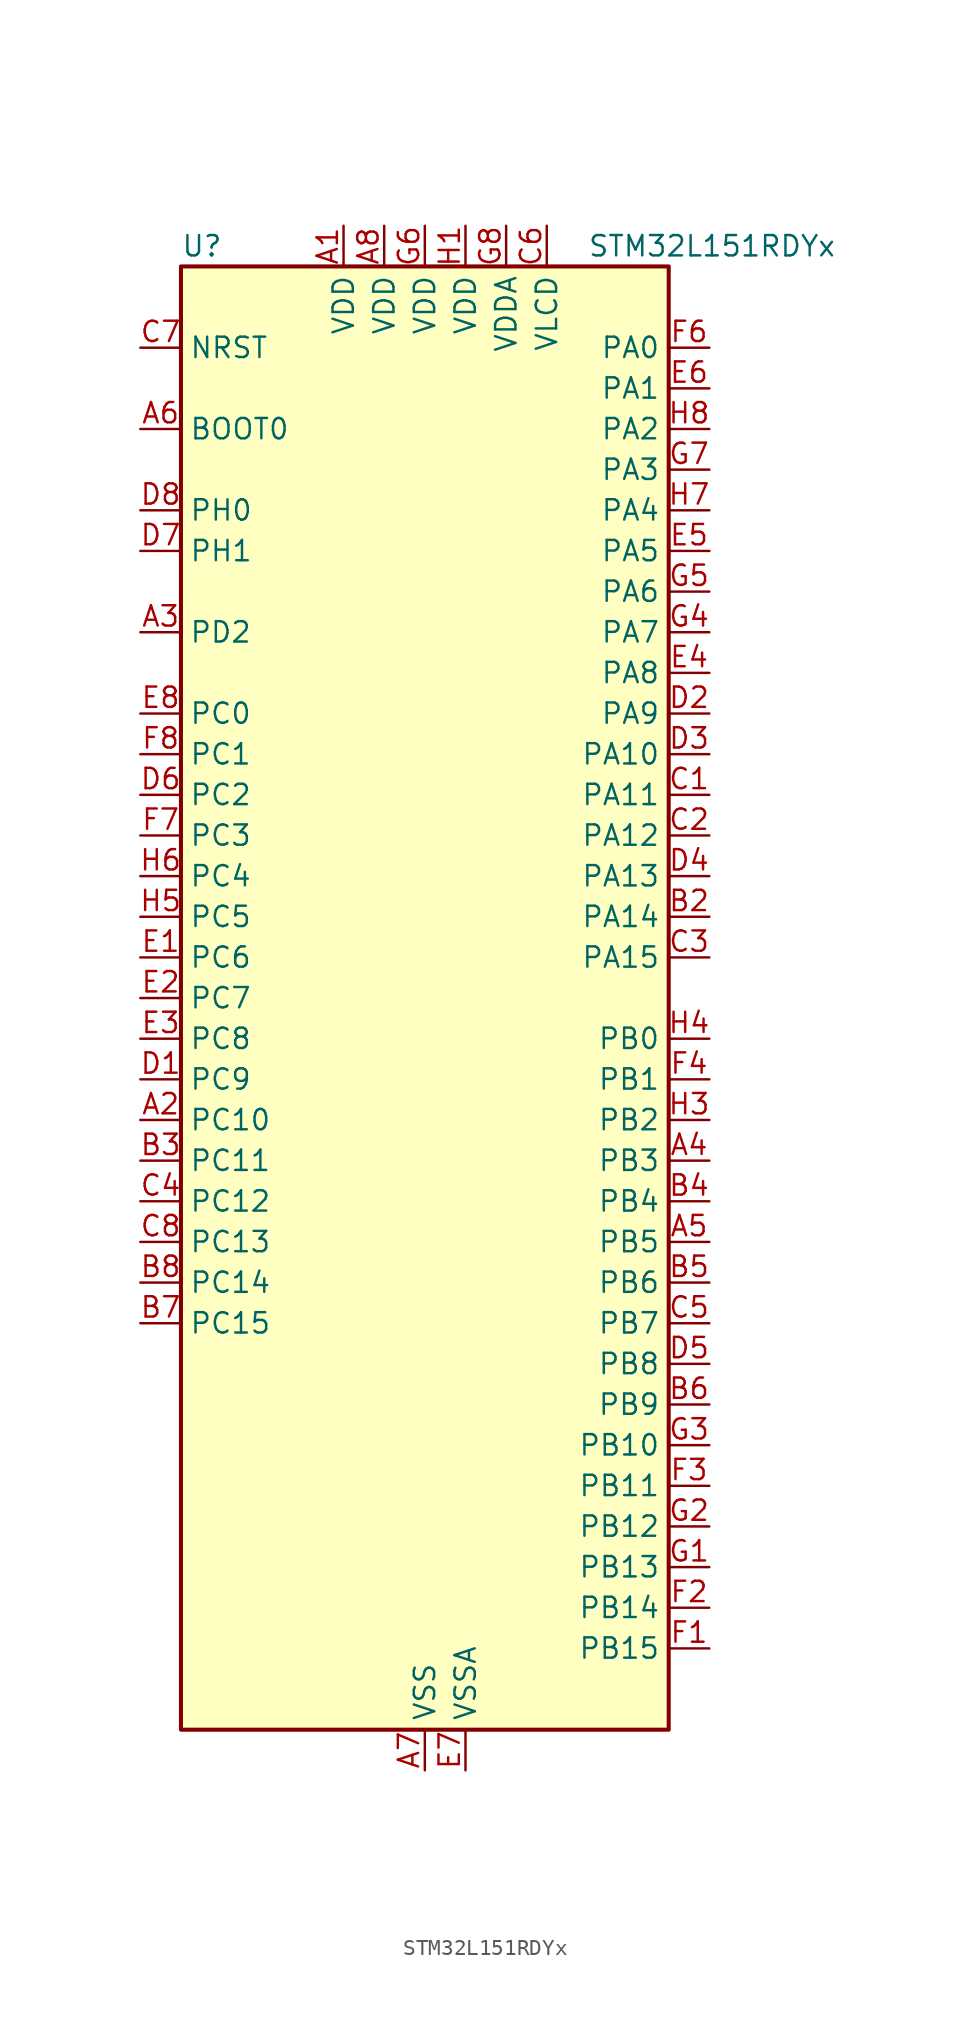
<source format=kicad_sym>
(kicad_symbol_lib
  (version 20241209)
  (generator "kicad_symbol_editor")
  (generator_version "9.0")
  (symbol "STM32L151RDYx"
    (property "Reference" "U"
      (at -15.24 46.99 0)
      (effects (font (size 1.27 1.27)) (justify left)))
    (property "Value" "STM32L151RDYx"
      (at 10.16 46.99 0)
      (effects (font (size 1.27 1.27)) (justify left)))
    (symbol "STM32L151RDYx_0_1"
      (rectangle (start -15.24 -45.72) (end 15.24 45.72) (stroke (width 0.254) (type default)) (fill (type background))))
    (symbol "STM32L151RDYx_1_1"
      (pin input line (at -17.78 40.64 0) (length 2.54) (name "NRST" (effects (font (size 1.27 1.27)))) (number "C7" (effects (font (size 1.27 1.27)))))
      (pin input line (at -17.78 35.56 0) (length 2.54) (name "BOOT0" (effects (font (size 1.27 1.27)))) (number "A6" (effects (font (size 1.27 1.27)))))
      (pin bidirectional line (at -17.78 30.48 0) (length 2.54) (name "PH0" (effects (font (size 1.27 1.27)))) (number "D8" (effects (font (size 1.27 1.27)))) (alternate "RCC_OSC_IN" bidirectional line))
      (pin bidirectional line (at -17.78 27.94 0) (length 2.54) (name "PH1" (effects (font (size 1.27 1.27)))) (number "D7" (effects (font (size 1.27 1.27)))) (alternate "RCC_OSC_OUT" bidirectional line))
      (pin bidirectional line (at -17.78 22.86 0) (length 2.54) (name "PD2" (effects (font (size 1.27 1.27)))) (number "A3" (effects (font (size 1.27 1.27)))) (alternate "SDIO_CMD" bidirectional line) (alternate "TIM3_ETR" bidirectional line) (alternate "TIMX_IC3" bidirectional line) (alternate "UART5_RX" bidirectional line))
      (pin bidirectional line (at -17.78 17.78 0) (length 2.54) (name "PC0" (effects (font (size 1.27 1.27)))) (number "E8" (effects (font (size 1.27 1.27)))) (alternate "ADC_IN10" bidirectional line) (alternate "COMP1_INP" bidirectional line) (alternate "TIMX_IC1" bidirectional line) (alternate "TS_G8_IO1" bidirectional line))
      (pin bidirectional line (at -17.78 15.24 0) (length 2.54) (name "PC1" (effects (font (size 1.27 1.27)))) (number "F8" (effects (font (size 1.27 1.27)))) (alternate "ADC_IN11" bidirectional line) (alternate "COMP1_INP" bidirectional line) (alternate "OPAMP3_VINP" bidirectional line) (alternate "TIMX_IC2" bidirectional line) (alternate "TS_G8_IO2" bidirectional line))
      (pin bidirectional line (at -17.78 12.7 0) (length 2.54) (name "PC2" (effects (font (size 1.27 1.27)))) (number "D6" (effects (font (size 1.27 1.27)))) (alternate "ADC_IN12" bidirectional line) (alternate "COMP1_INP" bidirectional line) (alternate "OPAMP3_VINM" bidirectional line) (alternate "TIMX_IC3" bidirectional line) (alternate "TS_G8_IO3" bidirectional line))
      (pin bidirectional line (at -17.78 10.16 0) (length 2.54) (name "PC3" (effects (font (size 1.27 1.27)))) (number "F7" (effects (font (size 1.27 1.27)))) (alternate "ADC_IN13" bidirectional line) (alternate "COMP1_INP" bidirectional line) (alternate "OPAMP3_VOUT" bidirectional line) (alternate "TIMX_IC4" bidirectional line) (alternate "TS_G8_IO4" bidirectional line))
      (pin bidirectional line (at -17.78 7.62 0) (length 2.54) (name "PC4" (effects (font (size 1.27 1.27)))) (number "H6" (effects (font (size 1.27 1.27)))) (alternate "ADC_IN14" bidirectional line) (alternate "COMP1_INP" bidirectional line) (alternate "TIMX_IC1" bidirectional line) (alternate "TS_G9_IO1" bidirectional line))
      (pin bidirectional line (at -17.78 5.08 0) (length 2.54) (name "PC5" (effects (font (size 1.27 1.27)))) (number "H5" (effects (font (size 1.27 1.27)))) (alternate "ADC_IN15" bidirectional line) (alternate "COMP1_INP" bidirectional line) (alternate "TIMX_IC2" bidirectional line) (alternate "TS_G9_IO2" bidirectional line))
      (pin bidirectional line (at -17.78 2.54 0) (length 2.54) (name "PC6" (effects (font (size 1.27 1.27)))) (number "E1" (effects (font (size 1.27 1.27)))) (alternate "I2S2_MCK" bidirectional line) (alternate "SDIO_D6" bidirectional line) (alternate "TIM3_CH1" bidirectional line) (alternate "TIMX_IC3" bidirectional line) (alternate "TS_G10_IO1" bidirectional line))
      (pin bidirectional line (at -17.78 0 0) (length 2.54) (name "PC7" (effects (font (size 1.27 1.27)))) (number "E2" (effects (font (size 1.27 1.27)))) (alternate "I2S3_MCK" bidirectional line) (alternate "SDIO_D7" bidirectional line) (alternate "TIM3_CH2" bidirectional line) (alternate "TIMX_IC4" bidirectional line) (alternate "TS_G10_IO2" bidirectional line))
      (pin bidirectional line (at -17.78 -2.54 0) (length 2.54) (name "PC8" (effects (font (size 1.27 1.27)))) (number "E3" (effects (font (size 1.27 1.27)))) (alternate "SDIO_D0" bidirectional line) (alternate "TIM3_CH3" bidirectional line) (alternate "TIMX_IC1" bidirectional line) (alternate "TS_G10_IO3" bidirectional line))
      (pin bidirectional line (at -17.78 -5.08 0) (length 2.54) (name "PC9" (effects (font (size 1.27 1.27)))) (number "D1" (effects (font (size 1.27 1.27)))) (alternate "DAC_EXTI9" bidirectional line) (alternate "SDIO_D1" bidirectional line) (alternate "TIM3_CH4" bidirectional line) (alternate "TIMX_IC2" bidirectional line) (alternate "TS_G10_IO4" bidirectional line))
      (pin bidirectional line (at -17.78 -7.62 0) (length 2.54) (name "PC10" (effects (font (size 1.27 1.27)))) (number "A2" (effects (font (size 1.27 1.27)))) (alternate "I2S3_CK" bidirectional line) (alternate "SDIO_D2" bidirectional line) (alternate "SPI3_SCK" bidirectional line) (alternate "TIMX_IC3" bidirectional line) (alternate "UART4_TX" bidirectional line) (alternate "USART3_TX" bidirectional line))
      (pin bidirectional line (at -17.78 -10.16 0) (length 2.54) (name "PC11" (effects (font (size 1.27 1.27)))) (number "B3" (effects (font (size 1.27 1.27)))) (alternate "ADC_EXTI11" bidirectional line) (alternate "SDIO_D3" bidirectional line) (alternate "SPI3_MISO" bidirectional line) (alternate "TIMX_IC4" bidirectional line) (alternate "UART4_RX" bidirectional line) (alternate "USART3_RX" bidirectional line))
      (pin bidirectional line (at -17.78 -12.7 0) (length 2.54) (name "PC12" (effects (font (size 1.27 1.27)))) (number "C4" (effects (font (size 1.27 1.27)))) (alternate "I2S3_SD" bidirectional line) (alternate "SDIO_CK" bidirectional line) (alternate "SPI3_MOSI" bidirectional line) (alternate "TIMX_IC1" bidirectional line) (alternate "UART5_TX" bidirectional line) (alternate "USART3_CK" bidirectional line))
      (pin bidirectional line (at -17.78 -15.24 0) (length 2.54) (name "PC13" (effects (font (size 1.27 1.27)))) (number "C8" (effects (font (size 1.27 1.27)))) (alternate "RTC_OUT_ALARM" bidirectional line) (alternate "RTC_OUT_CALIB" bidirectional line) (alternate "RTC_TAMP1" bidirectional line) (alternate "RTC_TS" bidirectional line) (alternate "SYS_WKUP2" bidirectional line) (alternate "TIMX_IC2" bidirectional line))
      (pin bidirectional line (at -17.78 -17.78 0) (length 2.54) (name "PC14" (effects (font (size 1.27 1.27)))) (number "B8" (effects (font (size 1.27 1.27)))) (alternate "RCC_OSC32_IN" bidirectional line) (alternate "TIMX_IC3" bidirectional line))
      (pin bidirectional line (at -17.78 -20.32 0) (length 2.54) (name "PC15" (effects (font (size 1.27 1.27)))) (number "B7" (effects (font (size 1.27 1.27)))) (alternate "ADC_EXTI15" bidirectional line) (alternate "RCC_OSC32_OUT" bidirectional line) (alternate "TIMX_IC4" bidirectional line))
      (pin power_in line (at -5.08 48.26 270) (length 2.54) (name "VDD" (effects (font (size 1.27 1.27)))) (number "A1" (effects (font (size 1.27 1.27)))))
      (pin power_in line (at -2.54 48.26 270) (length 2.54) (name "VDD" (effects (font (size 1.27 1.27)))) (number "A8" (effects (font (size 1.27 1.27)))))
      (pin power_in line (at 0 48.26 270) (length 2.54) (name "VDD" (effects (font (size 1.27 1.27)))) (number "G6" (effects (font (size 1.27 1.27)))))
      (pin power_in line (at 0 -48.26 90) (length 2.54) (name "VSS" (effects (font (size 1.27 1.27)))) (number "A7" (effects (font (size 1.27 1.27)))))
      (pin passive line (at 0 -48.26 90) (length 2.54) (hide yes) (name "VSS" (effects (font (size 1.27 1.27)))) (number "B1" (effects (font (size 1.27 1.27)))))
      (pin passive line (at 0 -48.26 90) (length 2.54) (hide yes) (name "VSS" (effects (font (size 1.27 1.27)))) (number "F5" (effects (font (size 1.27 1.27)))))
      (pin passive line (at 0 -48.26 90) (length 2.54) (hide yes) (name "VSS" (effects (font (size 1.27 1.27)))) (number "H2" (effects (font (size 1.27 1.27)))))
      (pin power_in line (at 2.54 48.26 270) (length 2.54) (name "VDD" (effects (font (size 1.27 1.27)))) (number "H1" (effects (font (size 1.27 1.27)))))
      (pin power_in line (at 2.54 -48.26 90) (length 2.54) (name "VSSA" (effects (font (size 1.27 1.27)))) (number "E7" (effects (font (size 1.27 1.27)))))
      (pin power_in line (at 5.08 48.26 270) (length 2.54) (name "VDDA" (effects (font (size 1.27 1.27)))) (number "G8" (effects (font (size 1.27 1.27)))))
      (pin power_in line (at 7.62 48.26 270) (length 2.54) (name "VLCD" (effects (font (size 1.27 1.27)))) (number "C6" (effects (font (size 1.27 1.27)))))
      (pin bidirectional line (at 17.78 40.64 180) (length 2.54) (name "PA0" (effects (font (size 1.27 1.27)))) (number "F6" (effects (font (size 1.27 1.27)))) (alternate "ADC_IN0" bidirectional line) (alternate "COMP1_INP" bidirectional line) (alternate "RTC_TAMP2" bidirectional line) (alternate "SYS_WKUP1" bidirectional line) (alternate "TIM2_CH1" bidirectional line) (alternate "TIM2_ETR" bidirectional line) (alternate "TIM5_CH1" bidirectional line) (alternate "TIMX_IC1" bidirectional line) (alternate "TS_G1_IO1" bidirectional line) (alternate "USART2_CTS" bidirectional line))
      (pin bidirectional line (at 17.78 38.1 180) (length 2.54) (name "PA1" (effects (font (size 1.27 1.27)))) (number "E6" (effects (font (size 1.27 1.27)))) (alternate "ADC_IN1" bidirectional line) (alternate "COMP1_INP" bidirectional line) (alternate "OPAMP1_VINP" bidirectional line) (alternate "TIM2_CH2" bidirectional line) (alternate "TIM5_CH2" bidirectional line) (alternate "TIMX_IC2" bidirectional line) (alternate "TS_G1_IO2" bidirectional line) (alternate "USART2_RTS" bidirectional line))
      (pin bidirectional line (at 17.78 35.56 180) (length 2.54) (name "PA2" (effects (font (size 1.27 1.27)))) (number "H8" (effects (font (size 1.27 1.27)))) (alternate "ADC_IN2" bidirectional line) (alternate "COMP1_INP" bidirectional line) (alternate "OPAMP1_VINM" bidirectional line) (alternate "TIM2_CH3" bidirectional line) (alternate "TIM5_CH3" bidirectional line) (alternate "TIM9_CH1" bidirectional line) (alternate "TIMX_IC3" bidirectional line) (alternate "TS_G1_IO3" bidirectional line) (alternate "USART2_TX" bidirectional line))
      (pin bidirectional line (at 17.78 33.02 180) (length 2.54) (name "PA3" (effects (font (size 1.27 1.27)))) (number "G7" (effects (font (size 1.27 1.27)))) (alternate "ADC_IN3" bidirectional line) (alternate "COMP1_INP" bidirectional line) (alternate "OPAMP1_VOUT" bidirectional line) (alternate "TIM2_CH4" bidirectional line) (alternate "TIM5_CH4" bidirectional line) (alternate "TIM9_CH2" bidirectional line) (alternate "TIMX_IC4" bidirectional line) (alternate "TS_G1_IO4" bidirectional line) (alternate "USART2_RX" bidirectional line))
      (pin bidirectional line (at 17.78 30.48 180) (length 2.54) (name "PA4" (effects (font (size 1.27 1.27)))) (number "H7" (effects (font (size 1.27 1.27)))) (alternate "ADC_IN4" bidirectional line) (alternate "COMP1_INP" bidirectional line) (alternate "DAC_OUT1" bidirectional line) (alternate "I2S3_WS" bidirectional line) (alternate "SPI1_NSS" bidirectional line) (alternate "SPI3_NSS" bidirectional line) (alternate "TIMX_IC1" bidirectional line) (alternate "USART2_CK" bidirectional line))
      (pin bidirectional line (at 17.78 27.94 180) (length 2.54) (name "PA5" (effects (font (size 1.27 1.27)))) (number "E5" (effects (font (size 1.27 1.27)))) (alternate "ADC_IN5" bidirectional line) (alternate "COMP1_INP" bidirectional line) (alternate "DAC_OUT2" bidirectional line) (alternate "SPI1_SCK" bidirectional line) (alternate "TIM2_CH1" bidirectional line) (alternate "TIM2_ETR" bidirectional line) (alternate "TIMX_IC2" bidirectional line))
      (pin bidirectional line (at 17.78 25.4 180) (length 2.54) (name "PA6" (effects (font (size 1.27 1.27)))) (number "G5" (effects (font (size 1.27 1.27)))) (alternate "ADC_IN6" bidirectional line) (alternate "COMP1_INP" bidirectional line) (alternate "OPAMP2_VINP" bidirectional line) (alternate "SPI1_MISO" bidirectional line) (alternate "TIM10_CH1" bidirectional line) (alternate "TIM3_CH1" bidirectional line) (alternate "TIMX_IC3" bidirectional line) (alternate "TS_G2_IO1" bidirectional line))
      (pin bidirectional line (at 17.78 22.86 180) (length 2.54) (name "PA7" (effects (font (size 1.27 1.27)))) (number "G4" (effects (font (size 1.27 1.27)))) (alternate "ADC_IN7" bidirectional line) (alternate "COMP1_INP" bidirectional line) (alternate "OPAMP2_VINM" bidirectional line) (alternate "SPI1_MOSI" bidirectional line) (alternate "TIM11_CH1" bidirectional line) (alternate "TIM3_CH2" bidirectional line) (alternate "TIMX_IC4" bidirectional line) (alternate "TS_G2_IO2" bidirectional line))
      (pin bidirectional line (at 17.78 20.32 180) (length 2.54) (name "PA8" (effects (font (size 1.27 1.27)))) (number "E4" (effects (font (size 1.27 1.27)))) (alternate "RCC_MCO" bidirectional line) (alternate "TIMX_IC1" bidirectional line) (alternate "TS_G4_IO1" bidirectional line) (alternate "USART1_CK" bidirectional line))
      (pin bidirectional line (at 17.78 17.78 180) (length 2.54) (name "PA9" (effects (font (size 1.27 1.27)))) (number "D2" (effects (font (size 1.27 1.27)))) (alternate "DAC_EXTI9" bidirectional line) (alternate "TIMX_IC2" bidirectional line) (alternate "TS_G4_IO2" bidirectional line) (alternate "USART1_TX" bidirectional line))
      (pin bidirectional line (at 17.78 15.24 180) (length 2.54) (name "PA10" (effects (font (size 1.27 1.27)))) (number "D3" (effects (font (size 1.27 1.27)))) (alternate "TIMX_IC3" bidirectional line) (alternate "TS_G4_IO3" bidirectional line) (alternate "USART1_RX" bidirectional line))
      (pin bidirectional line (at 17.78 12.7 180) (length 2.54) (name "PA11" (effects (font (size 1.27 1.27)))) (number "C1" (effects (font (size 1.27 1.27)))) (alternate "ADC_EXTI11" bidirectional line) (alternate "SPI1_MISO" bidirectional line) (alternate "TIMX_IC4" bidirectional line) (alternate "USART1_CTS" bidirectional line) (alternate "USB_DM" bidirectional line))
      (pin bidirectional line (at 17.78 10.16 180) (length 2.54) (name "PA12" (effects (font (size 1.27 1.27)))) (number "C2" (effects (font (size 1.27 1.27)))) (alternate "SPI1_MOSI" bidirectional line) (alternate "TIMX_IC1" bidirectional line) (alternate "USART1_RTS" bidirectional line) (alternate "USB_DP" bidirectional line))
      (pin bidirectional line (at 17.78 7.62 180) (length 2.54) (name "PA13" (effects (font (size 1.27 1.27)))) (number "D4" (effects (font (size 1.27 1.27)))) (alternate "SYS_JTMS-SWDIO" bidirectional line) (alternate "TIMX_IC2" bidirectional line) (alternate "TS_G5_IO1" bidirectional line))
      (pin bidirectional line (at 17.78 5.08 180) (length 2.54) (name "PA14" (effects (font (size 1.27 1.27)))) (number "B2" (effects (font (size 1.27 1.27)))) (alternate "SYS_JTCK-SWCLK" bidirectional line) (alternate "TIMX_IC3" bidirectional line) (alternate "TS_G5_IO2" bidirectional line))
      (pin bidirectional line (at 17.78 2.54 180) (length 2.54) (name "PA15" (effects (font (size 1.27 1.27)))) (number "C3" (effects (font (size 1.27 1.27)))) (alternate "ADC_EXTI15" bidirectional line) (alternate "I2S3_WS" bidirectional line) (alternate "SPI1_NSS" bidirectional line) (alternate "SPI3_NSS" bidirectional line) (alternate "SYS_JTDI" bidirectional line) (alternate "TIM2_CH1" bidirectional line) (alternate "TIM2_ETR" bidirectional line) (alternate "TIMX_IC4" bidirectional line) (alternate "TS_G5_IO3" bidirectional line))
      (pin bidirectional line (at 17.78 -2.54 180) (length 2.54) (name "PB0" (effects (font (size 1.27 1.27)))) (number "H4" (effects (font (size 1.27 1.27)))) (alternate "ADC_IN8" bidirectional line) (alternate "COMP1_INP" bidirectional line) (alternate "OPAMP2_VOUT" bidirectional line) (alternate "SYS_V_REF_OUT" bidirectional line) (alternate "TIM3_CH3" bidirectional line) (alternate "TS_G3_IO1" bidirectional line))
      (pin bidirectional line (at 17.78 -5.08 180) (length 2.54) (name "PB1" (effects (font (size 1.27 1.27)))) (number "F4" (effects (font (size 1.27 1.27)))) (alternate "ADC_IN9" bidirectional line) (alternate "COMP1_INP" bidirectional line) (alternate "SYS_V_REF_OUT" bidirectional line) (alternate "TIM3_CH4" bidirectional line) (alternate "TS_G3_IO2" bidirectional line))
      (pin bidirectional line (at 17.78 -7.62 180) (length 2.54) (name "PB2" (effects (font (size 1.27 1.27)))) (number "H3" (effects (font (size 1.27 1.27)))) (alternate "TS_G3_IO3" bidirectional line))
      (pin bidirectional line (at 17.78 -10.16 180) (length 2.54) (name "PB3" (effects (font (size 1.27 1.27)))) (number "A4" (effects (font (size 1.27 1.27)))) (alternate "COMP2_INM" bidirectional line) (alternate "I2S3_CK" bidirectional line) (alternate "SPI1_SCK" bidirectional line) (alternate "SPI3_SCK" bidirectional line) (alternate "SYS_JTDO-TRACESWO" bidirectional line) (alternate "TIM2_CH2" bidirectional line))
      (pin bidirectional line (at 17.78 -12.7 180) (length 2.54) (name "PB4" (effects (font (size 1.27 1.27)))) (number "B4" (effects (font (size 1.27 1.27)))) (alternate "COMP2_INP" bidirectional line) (alternate "SPI1_MISO" bidirectional line) (alternate "SPI3_MISO" bidirectional line) (alternate "SYS_JTRST" bidirectional line) (alternate "TIM3_CH1" bidirectional line) (alternate "TS_G6_IO1" bidirectional line))
      (pin bidirectional line (at 17.78 -15.24 180) (length 2.54) (name "PB5" (effects (font (size 1.27 1.27)))) (number "A5" (effects (font (size 1.27 1.27)))) (alternate "COMP2_INP" bidirectional line) (alternate "I2C1_SMBA" bidirectional line) (alternate "I2S3_SD" bidirectional line) (alternate "SPI1_MOSI" bidirectional line) (alternate "SPI3_MOSI" bidirectional line) (alternate "TIM3_CH2" bidirectional line) (alternate "TS_G6_IO2" bidirectional line))
      (pin bidirectional line (at 17.78 -17.78 180) (length 2.54) (name "PB6" (effects (font (size 1.27 1.27)))) (number "B5" (effects (font (size 1.27 1.27)))) (alternate "COMP2_INP" bidirectional line) (alternate "I2C1_SCL" bidirectional line) (alternate "TIM4_CH1" bidirectional line) (alternate "TS_G6_IO3" bidirectional line) (alternate "USART1_TX" bidirectional line))
      (pin bidirectional line (at 17.78 -20.32 180) (length 2.54) (name "PB7" (effects (font (size 1.27 1.27)))) (number "C5" (effects (font (size 1.27 1.27)))) (alternate "COMP2_INP" bidirectional line) (alternate "I2C1_SDA" bidirectional line) (alternate "SYS_PVD_IN" bidirectional line) (alternate "TIM4_CH2" bidirectional line) (alternate "TS_G6_IO4" bidirectional line) (alternate "USART1_RX" bidirectional line))
      (pin bidirectional line (at 17.78 -22.86 180) (length 2.54) (name "PB8" (effects (font (size 1.27 1.27)))) (number "D5" (effects (font (size 1.27 1.27)))) (alternate "I2C1_SCL" bidirectional line) (alternate "SDIO_D4" bidirectional line) (alternate "TIM10_CH1" bidirectional line) (alternate "TIM4_CH3" bidirectional line))
      (pin bidirectional line (at 17.78 -25.4 180) (length 2.54) (name "PB9" (effects (font (size 1.27 1.27)))) (number "B6" (effects (font (size 1.27 1.27)))) (alternate "DAC_EXTI9" bidirectional line) (alternate "I2C1_SDA" bidirectional line) (alternate "SDIO_D5" bidirectional line) (alternate "TIM11_CH1" bidirectional line) (alternate "TIM4_CH4" bidirectional line))
      (pin bidirectional line (at 17.78 -27.94 180) (length 2.54) (name "PB10" (effects (font (size 1.27 1.27)))) (number "G3" (effects (font (size 1.27 1.27)))) (alternate "I2C2_SCL" bidirectional line) (alternate "TIM2_CH3" bidirectional line) (alternate "USART3_TX" bidirectional line))
      (pin bidirectional line (at 17.78 -30.48 180) (length 2.54) (name "PB11" (effects (font (size 1.27 1.27)))) (number "F3" (effects (font (size 1.27 1.27)))) (alternate "ADC_EXTI11" bidirectional line) (alternate "I2C2_SDA" bidirectional line) (alternate "TIM2_CH4" bidirectional line) (alternate "USART3_RX" bidirectional line))
      (pin bidirectional line (at 17.78 -33.02 180) (length 2.54) (name "PB12" (effects (font (size 1.27 1.27)))) (number "G2" (effects (font (size 1.27 1.27)))) (alternate "ADC_IN18" bidirectional line) (alternate "COMP1_INP" bidirectional line) (alternate "I2C2_SMBA" bidirectional line) (alternate "I2S2_WS" bidirectional line) (alternate "SPI2_NSS" bidirectional line) (alternate "TIM10_CH1" bidirectional line) (alternate "TS_G7_IO1" bidirectional line) (alternate "USART3_CK" bidirectional line))
      (pin bidirectional line (at 17.78 -35.56 180) (length 2.54) (name "PB13" (effects (font (size 1.27 1.27)))) (number "G1" (effects (font (size 1.27 1.27)))) (alternate "ADC_IN19" bidirectional line) (alternate "COMP1_INP" bidirectional line) (alternate "I2S2_CK" bidirectional line) (alternate "SPI2_SCK" bidirectional line) (alternate "TIM9_CH1" bidirectional line) (alternate "TS_G7_IO2" bidirectional line) (alternate "USART3_CTS" bidirectional line))
      (pin bidirectional line (at 17.78 -38.1 180) (length 2.54) (name "PB14" (effects (font (size 1.27 1.27)))) (number "F2" (effects (font (size 1.27 1.27)))) (alternate "ADC_IN20" bidirectional line) (alternate "COMP1_INP" bidirectional line) (alternate "SPI2_MISO" bidirectional line) (alternate "TIM9_CH2" bidirectional line) (alternate "TS_G7_IO3" bidirectional line) (alternate "USART3_RTS" bidirectional line))
      (pin bidirectional line (at 17.78 -40.64 180) (length 2.54) (name "PB15" (effects (font (size 1.27 1.27)))) (number "F1" (effects (font (size 1.27 1.27)))) (alternate "ADC_EXTI15" bidirectional line) (alternate "ADC_IN21" bidirectional line) (alternate "COMP1_INP" bidirectional line) (alternate "I2S2_SD" bidirectional line) (alternate "RTC_REFIN" bidirectional line) (alternate "SPI2_MOSI" bidirectional line) (alternate "TIM11_CH1" bidirectional line) (alternate "TS_G7_IO4" bidirectional line)))))
</source>
